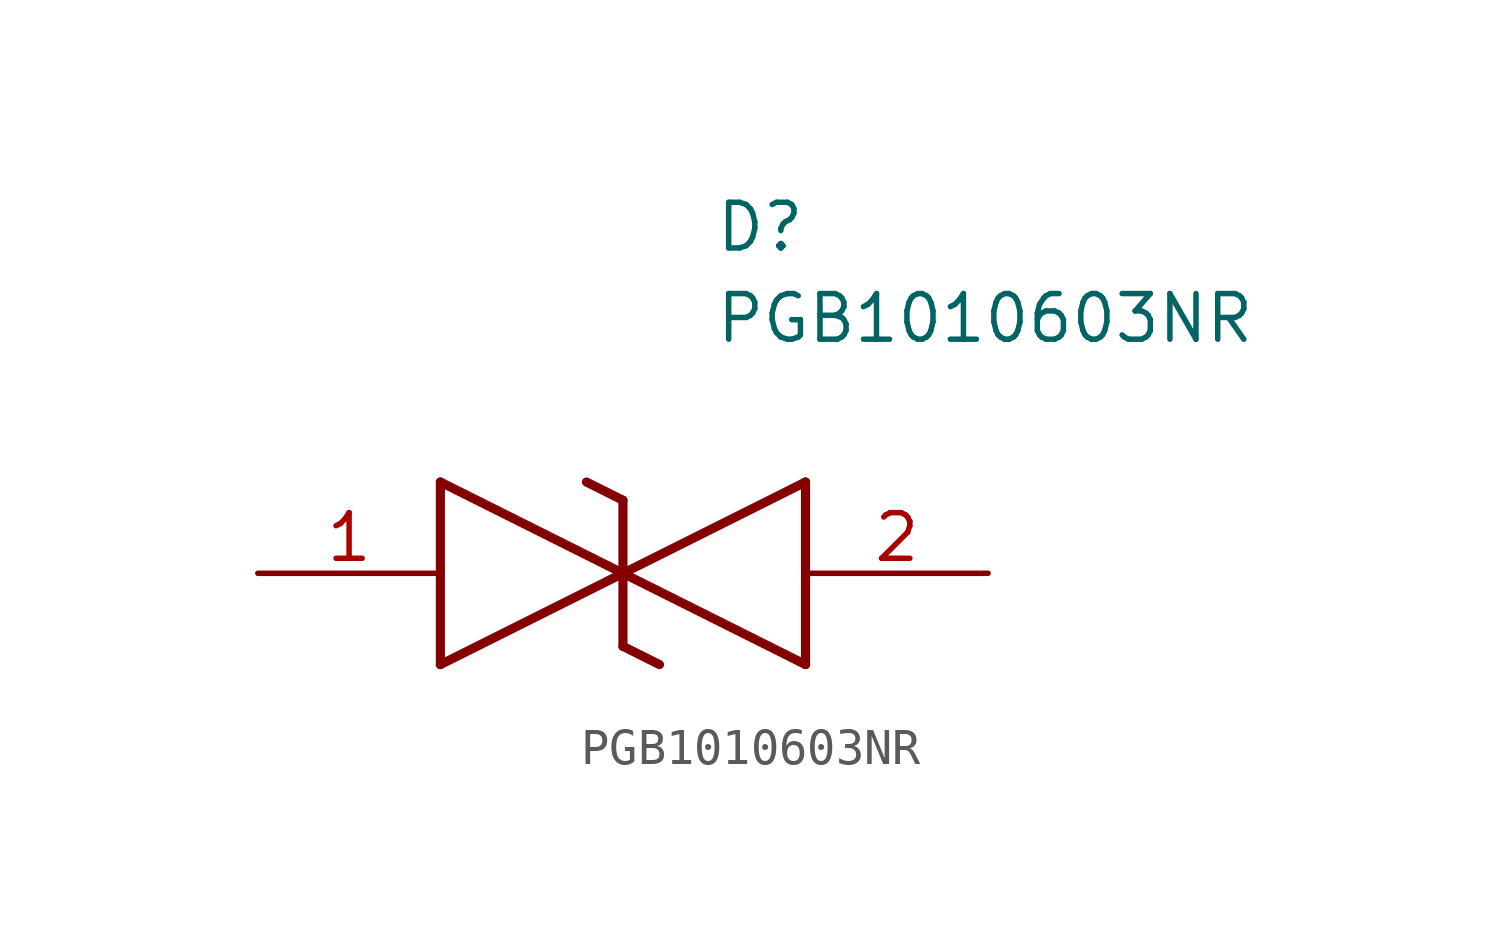
<source format=kicad_sym>
(kicad_symbol_lib
  (version 20211014)
  (generator SamacSys_ECAD_Model)
  (symbol "PGB1010603NR"
    (pin_names hide)
    (property "Reference" "D"
      (at 12.7 8.89 0)
      (effects (font (size 1.27 1.27)) (justify left bottom)))
    (property "Value" "PGB1010603NR"
      (at 12.7 6.35 0)
      (effects (font (size 1.27 1.27)) (justify left bottom)))
    (polyline
      (pts (xy 10.16 0) (xy 5.08 -2.54))
      (stroke (width 0.254) (type default))
      (fill (type none)))
    (polyline
      (pts (xy 5.08 2.54) (xy 5.08 -2.54))
      (stroke (width 0.254) (type default))
      (fill (type none)))
    (polyline
      (pts (xy 5.08 2.54) (xy 10.16 0))
      (stroke (width 0.254) (type default))
      (fill (type none)))
    (polyline
      (pts (xy 10.16 0) (xy 15.24 -2.54))
      (stroke (width 0.254) (type default))
      (fill (type none)))
    (polyline
      (pts (xy 15.24 2.54) (xy 15.24 -2.54))
      (stroke (width 0.254) (type default))
      (fill (type none)))
    (polyline
      (pts (xy 15.24 2.54) (xy 10.16 0))
      (stroke (width 0.254) (type default))
      (fill (type none)))
    (polyline
      (pts (xy 10.16 -2.032) (xy 10.16 2.032))
      (stroke (width 0.254) (type default))
      (fill (type none)))
    (polyline
      (pts (xy 9.144 2.54) (xy 10.16 2.032))
      (stroke (width 0.254) (type default))
      (fill (type none)))
    (polyline
      (pts (xy 10.16 -2.032) (xy 11.176 -2.54))
      (stroke (width 0.254) (type default))
      (fill (type none)))
    (pin passive line
      (at 0 0 0)
      (length 5.08)
      (name "1" (effects (font (size 1.27 1.27))))
      (number "1" (effects (font (size 1.27 1.27)))))
    (pin passive line
      (at 20.32 0 180)
      (length 5.08)
      (name "2" (effects (font (size 1.27 1.27))))
      (number "2" (effects (font (size 1.27 1.27)))))))
</source>
